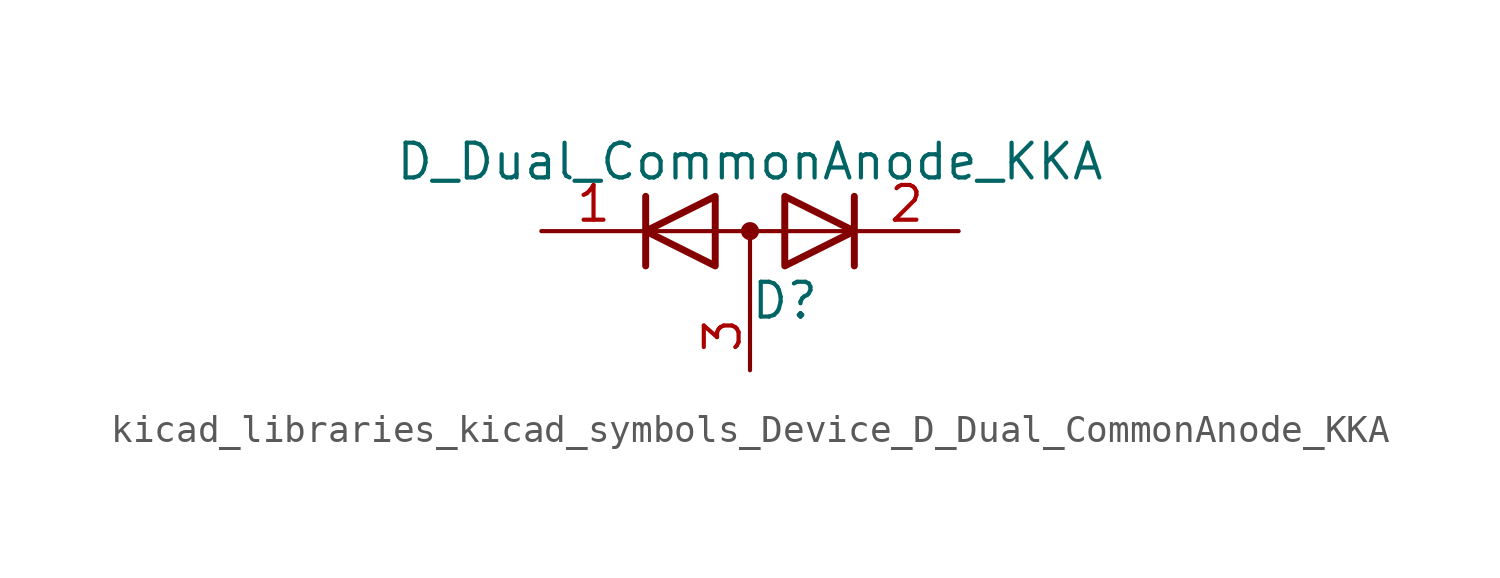
<source format=kicad_sym>
(kicad_symbol_lib
  (version 20220914)
  (generator kicad_symbol_editor)
  (symbol "kicad_libraries_kicad_symbols_Device_D_Dual_CommonAnode_KKA"
    (pin_names
      (offset 0.762) hide)
    (property "Reference" "D"
      (at 1.27 -2.54 0)
      (effects (font (size 1.27 1.27))))
    (property "Value" "D_Dual_CommonAnode_KKA"
      (at 0 2.54 0)
      (effects (font (size 1.27 1.27))))
    (symbol "kicad_libraries_kicad_symbols_Device_D_Dual_CommonAnode_KKA_0_1"
      (polyline (pts (xy -3.81 0) (xy 3.81 0)) (stroke (width 0) (type default)) (fill (type none)))
      (polyline (pts (xy 0 0) (xy 0 -2.54)) (stroke (width 0) (type default)) (fill (type none)))
      (polyline (pts (xy -3.81 1.27) (xy -3.81 -1.27) (xy -3.81 -1.27)) (stroke (width 0.254) (type default)) (fill (type none)))
      (polyline (pts (xy 3.81 1.27) (xy 3.81 -1.27) (xy 3.81 -1.27)) (stroke (width 0.254) (type default)) (fill (type none)))
      (polyline (pts (xy -1.27 -1.27) (xy -3.81 0) (xy -1.27 1.27) (xy -1.27 -1.27) (xy -1.27 -1.27) (xy -1.27 -1.27)) (stroke (width 0.254) (type default)) (fill (type none)))
      (polyline (pts (xy 1.27 1.27) (xy 3.81 0) (xy 1.27 -1.27) (xy 1.27 1.27) (xy 1.27 1.27) (xy 1.27 1.27)) (stroke (width 0.254) (type default)) (fill (type none)))
      (circle (center 0 0) (radius 0.254) (stroke (width 0) (type default)) (fill (type outline)))
      (pin passive line (at -7.62 0 0) (length 3.81) (name "K" (effects (font (size 1.27 1.27)))) (number "1" (effects (font (size 1.27 1.27)))))
      (pin passive line (at 7.62 0 180) (length 3.81) (name "K" (effects (font (size 1.27 1.27)))) (number "2" (effects (font (size 1.27 1.27)))))
      (pin passive line (at 0 -5.08 90) (length 2.54) (name "A" (effects (font (size 1.27 1.27)))) (number "3" (effects (font (size 1.27 1.27))))))))
</source>
